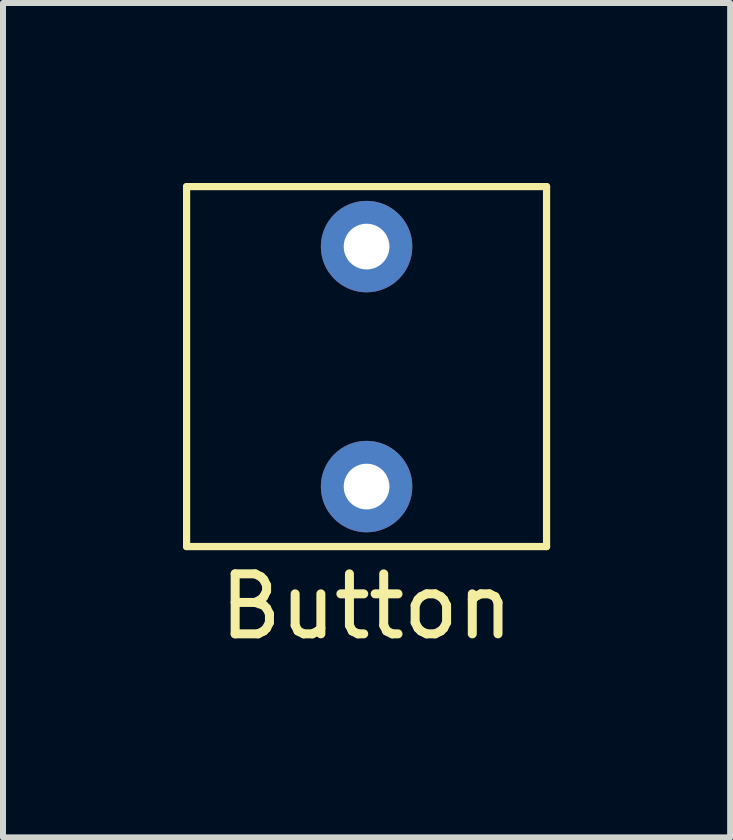
<source format=kicad_pcb>
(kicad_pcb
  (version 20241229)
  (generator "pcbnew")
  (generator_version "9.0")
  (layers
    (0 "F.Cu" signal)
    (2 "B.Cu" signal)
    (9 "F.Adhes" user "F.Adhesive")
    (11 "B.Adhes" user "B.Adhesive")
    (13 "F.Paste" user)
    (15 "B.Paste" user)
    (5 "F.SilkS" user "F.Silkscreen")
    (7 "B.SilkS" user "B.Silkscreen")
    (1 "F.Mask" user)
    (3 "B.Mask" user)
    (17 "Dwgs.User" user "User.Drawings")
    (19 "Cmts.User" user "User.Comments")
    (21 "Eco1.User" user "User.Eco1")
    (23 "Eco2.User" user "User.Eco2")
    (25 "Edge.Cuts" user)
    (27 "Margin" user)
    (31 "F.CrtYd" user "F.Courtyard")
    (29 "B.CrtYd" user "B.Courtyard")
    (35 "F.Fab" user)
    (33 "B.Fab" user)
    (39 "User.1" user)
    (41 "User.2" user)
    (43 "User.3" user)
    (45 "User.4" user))
  (footprint "Button"
    (layer "F.Cu")
    (at 3.06 3.06)
    (property "Reference" "Button" (at 0 4 0) (layer "F.SilkS") (effects (font (size 1 1) (thickness 0.15))))
    (attr through_hole)
    (fp_line (start -3 -3) (end 3 -3) (stroke (width 0.12) (type solid)) (layer "F.SilkS"))
    (fp_line (start -3 3) (end -3 -3) (stroke (width 0.12) (type solid)) (layer "F.SilkS"))
    (fp_line (start 3 -3) (end 3 3) (stroke (width 0.12) (type solid)) (layer "F.SilkS"))
    (fp_line (start 3 3) (end -3 3) (stroke (width 0.12) (type solid)) (layer "F.SilkS"))
    (pad "1" thru_hole circle (at 0 -2) (size 1.524 1.524) (drill 0.762) (layers "*.Cu" "*.Mask"))
    (pad "2" thru_hole circle (at 0 2) (size 1.524 1.524) (drill 0.762) (layers "*.Cu" "*.Mask")))
  (gr_rect
    (start -3 -3)
    (end 9.12 10.908)
    (stroke (width 0.1) (type default))
    (fill no)
    (layer "Edge.Cuts")))
</source>
